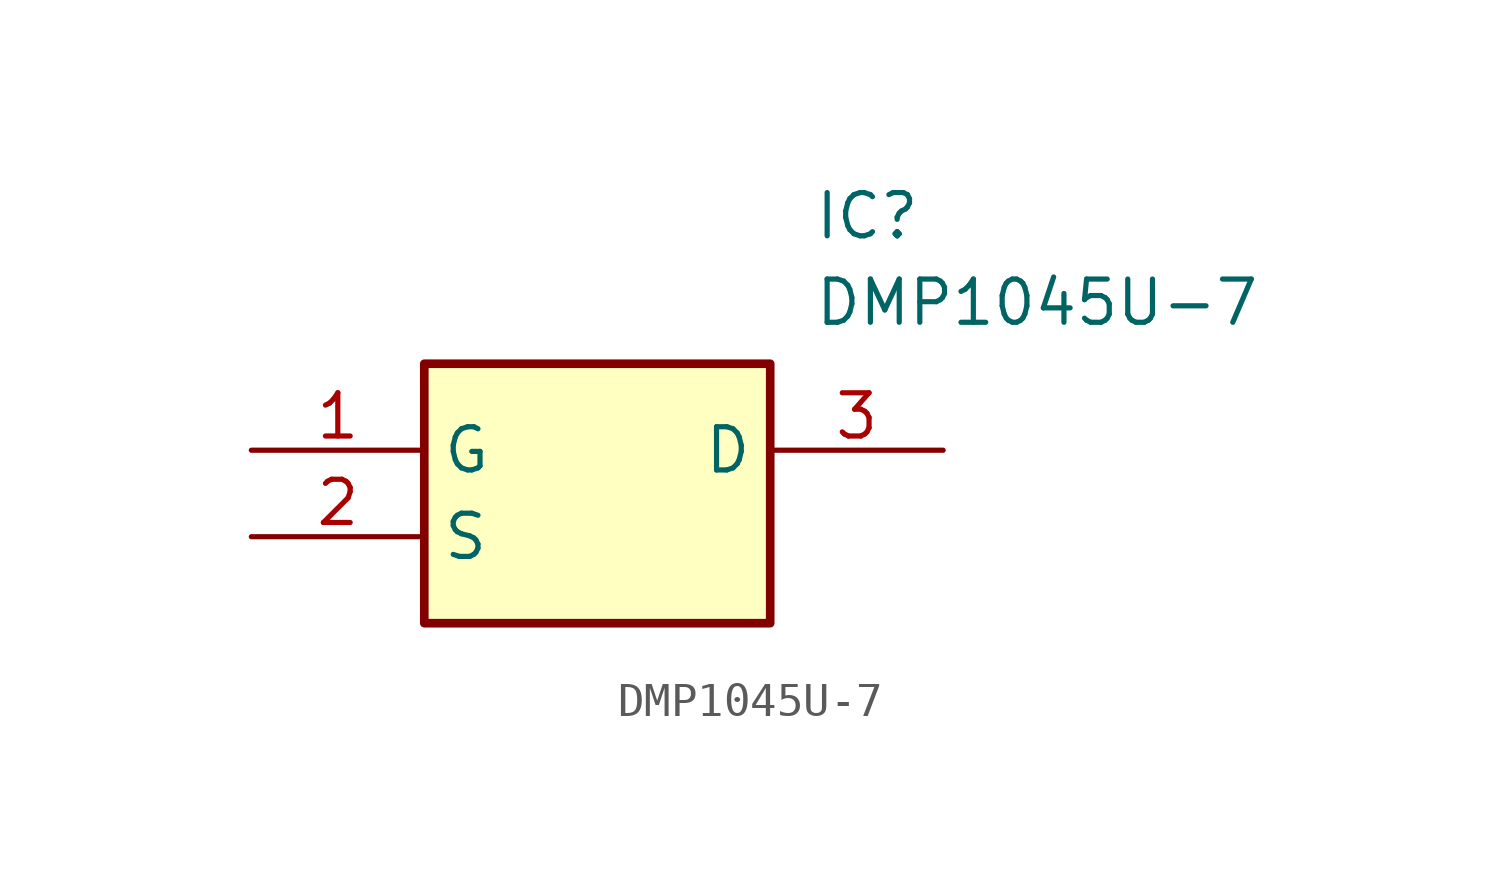
<source format=kicad_sym>
(kicad_symbol_lib
  (version 20211014)
  (generator SamacSys_ECAD_Model)
  (symbol "DMP1045U-7"
    (property "Reference" "IC"
      (at 16.51 7.62 0)
      (effects (font (size 1.27 1.27)) (justify left top)))
    (property "Value" "DMP1045U-7"
      (at 16.51 5.08 0)
      (effects (font (size 1.27 1.27)) (justify left top)))
    (rectangle
      (start 5.08 2.54)
      (end 15.24 -5.08)
      (stroke (width 0.254) (type default))
      (fill (type background)))
    (pin passive line
      (at 0 0 0)
      (length 5.08)
      (name "G" (effects (font (size 1.27 1.27))))
      (number "1" (effects (font (size 1.27 1.27)))))
    (pin passive line
      (at 0 -2.54 0)
      (length 5.08)
      (name "S" (effects (font (size 1.27 1.27))))
      (number "2" (effects (font (size 1.27 1.27)))))
    (pin passive line
      (at 20.32 0 180)
      (length 5.08)
      (name "D" (effects (font (size 1.27 1.27))))
      (number "3" (effects (font (size 1.27 1.27)))))))
</source>
